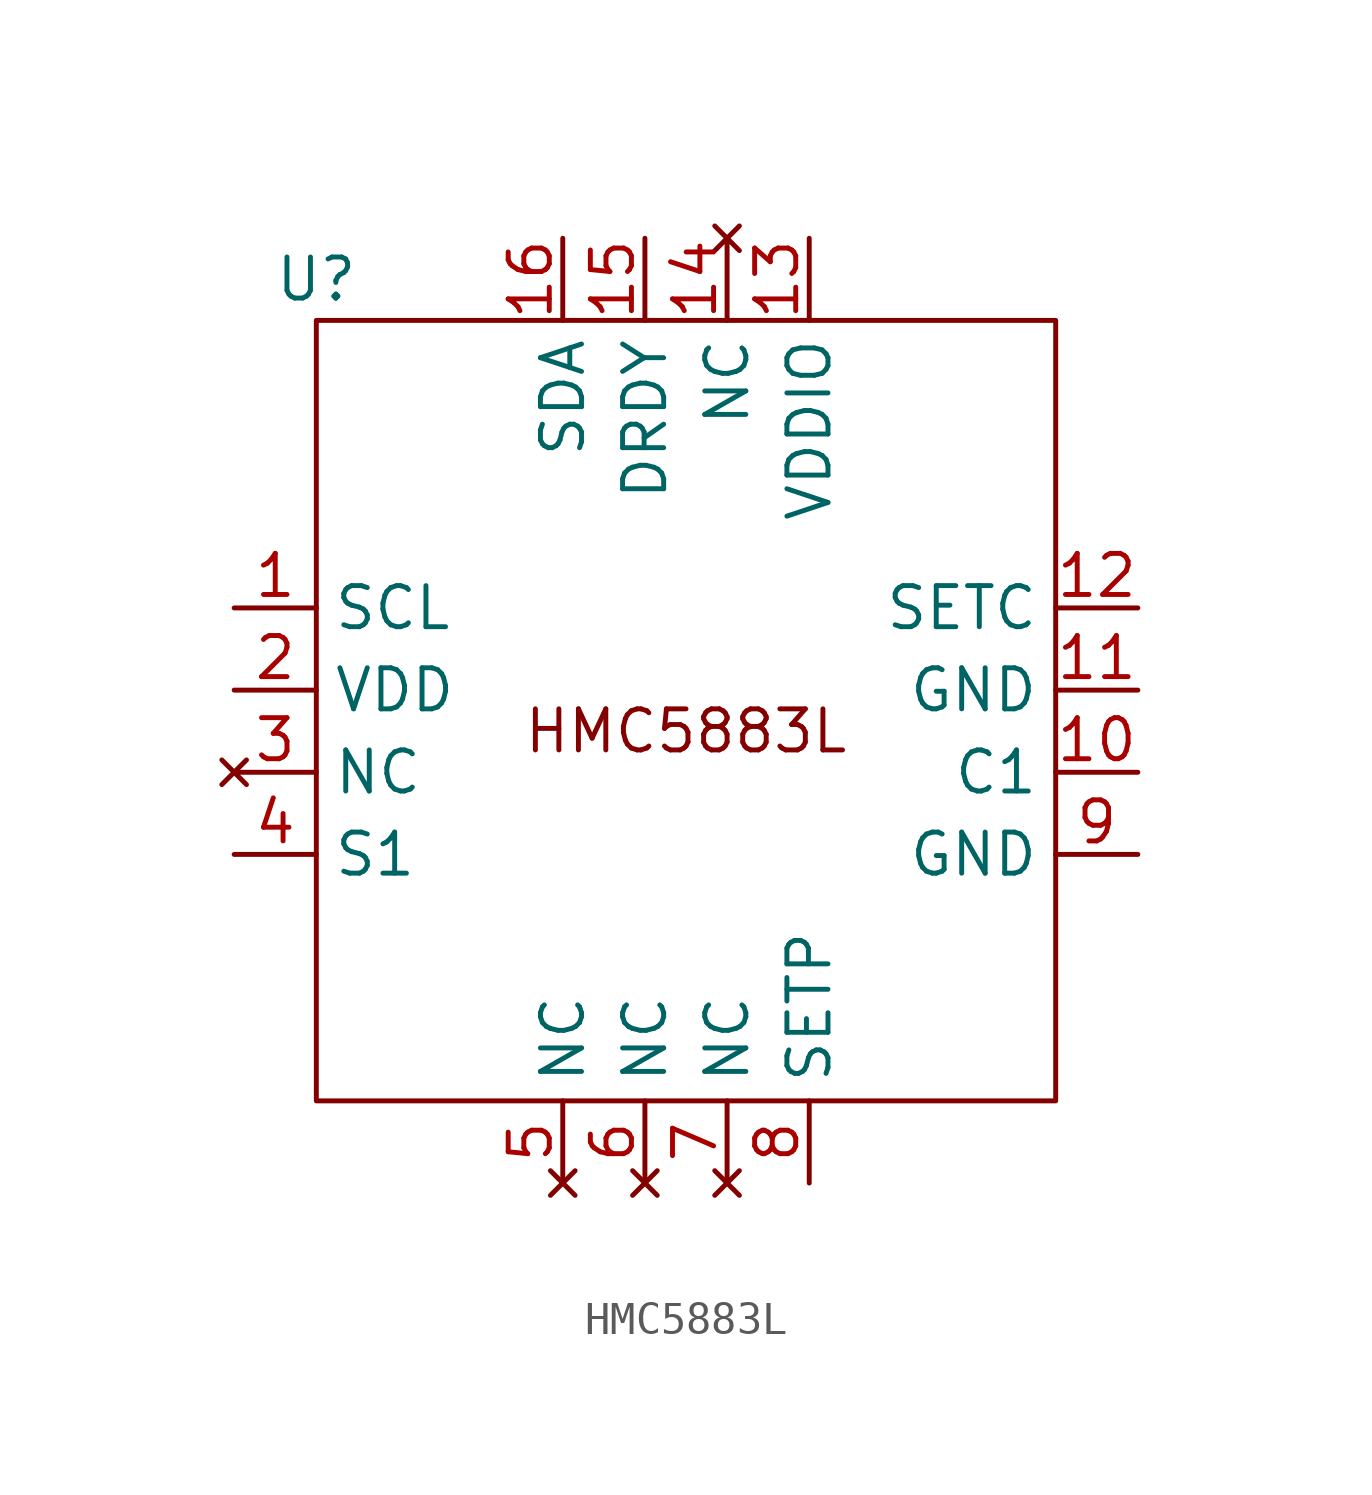
<source format=kicad_sym>
(kicad_symbol_lib
  (version 20220914)
  (generator kicad_symbol_editor)
  (symbol "HMC5883L"
    (property "Reference" "U"
      (at -11.43 13.97 0)
      (effects (font (size 1.27 1.27))))
    (property "Value" ""
      (at 0 0 0)
      (effects (font (size 1.27 1.27))))
    (symbol "HMC5883L_0_1"
      (rectangle (start -11.43 12.7) (end 11.43 -11.43) (stroke (width 0) (type default)) (fill (type none))))
    (symbol "HMC5883L_1_1"
      (text "HMC5883L" (at 0 0 0) (effects (font (size 1.27 1.27))))
      (pin bidirectional line (at -13.97 3.81 0) (length 2.54) (name "SCL" (effects (font (size 1.27 1.27)))) (number "1" (effects (font (size 1.27 1.27)))))
      (pin bidirectional line (at 13.97 -1.27 180) (length 2.54) (name "C1" (effects (font (size 1.27 1.27)))) (number "10" (effects (font (size 1.27 1.27)))))
      (pin power_in line (at 13.97 1.27 180) (length 2.54) (name "GND" (effects (font (size 1.27 1.27)))) (number "11" (effects (font (size 1.27 1.27)))))
      (pin bidirectional line (at 13.97 3.81 180) (length 2.54) (name "SETC" (effects (font (size 1.27 1.27)))) (number "12" (effects (font (size 1.27 1.27)))))
      (pin power_in line (at 3.81 15.24 270) (length 2.54) (name "VDDIO" (effects (font (size 1.27 1.27)))) (number "13" (effects (font (size 1.27 1.27)))))
      (pin no_connect line (at 1.27 15.24 270) (length 2.54) (name "NC" (effects (font (size 1.27 1.27)))) (number "14" (effects (font (size 1.27 1.27)))))
      (pin bidirectional line (at -1.27 15.24 270) (length 2.54) (name "DRDY" (effects (font (size 1.27 1.27)))) (number "15" (effects (font (size 1.27 1.27)))))
      (pin bidirectional line (at -3.81 15.24 270) (length 2.54) (name "SDA" (effects (font (size 1.27 1.27)))) (number "16" (effects (font (size 1.27 1.27)))))
      (pin power_in line (at -13.97 1.27 0) (length 2.54) (name "VDD" (effects (font (size 1.27 1.27)))) (number "2" (effects (font (size 1.27 1.27)))))
      (pin no_connect line (at -13.97 -1.27 0) (length 2.54) (name "NC" (effects (font (size 1.27 1.27)))) (number "3" (effects (font (size 1.27 1.27)))))
      (pin bidirectional line (at -13.97 -3.81 0) (length 2.54) (name "S1" (effects (font (size 1.27 1.27)))) (number "4" (effects (font (size 1.27 1.27)))))
      (pin no_connect line (at -3.81 -13.97 90) (length 2.54) (name "NC" (effects (font (size 1.27 1.27)))) (number "5" (effects (font (size 1.27 1.27)))))
      (pin no_connect line (at -1.27 -13.97 90) (length 2.54) (name "NC" (effects (font (size 1.27 1.27)))) (number "6" (effects (font (size 1.27 1.27)))))
      (pin no_connect line (at 1.27 -13.97 90) (length 2.54) (name "NC" (effects (font (size 1.27 1.27)))) (number "7" (effects (font (size 1.27 1.27)))))
      (pin bidirectional line (at 3.81 -13.97 90) (length 2.54) (name "SETP" (effects (font (size 1.27 1.27)))) (number "8" (effects (font (size 1.27 1.27)))))
      (pin power_in line (at 13.97 -3.81 180) (length 2.54) (name "GND" (effects (font (size 1.27 1.27)))) (number "9" (effects (font (size 1.27 1.27))))))))
</source>
